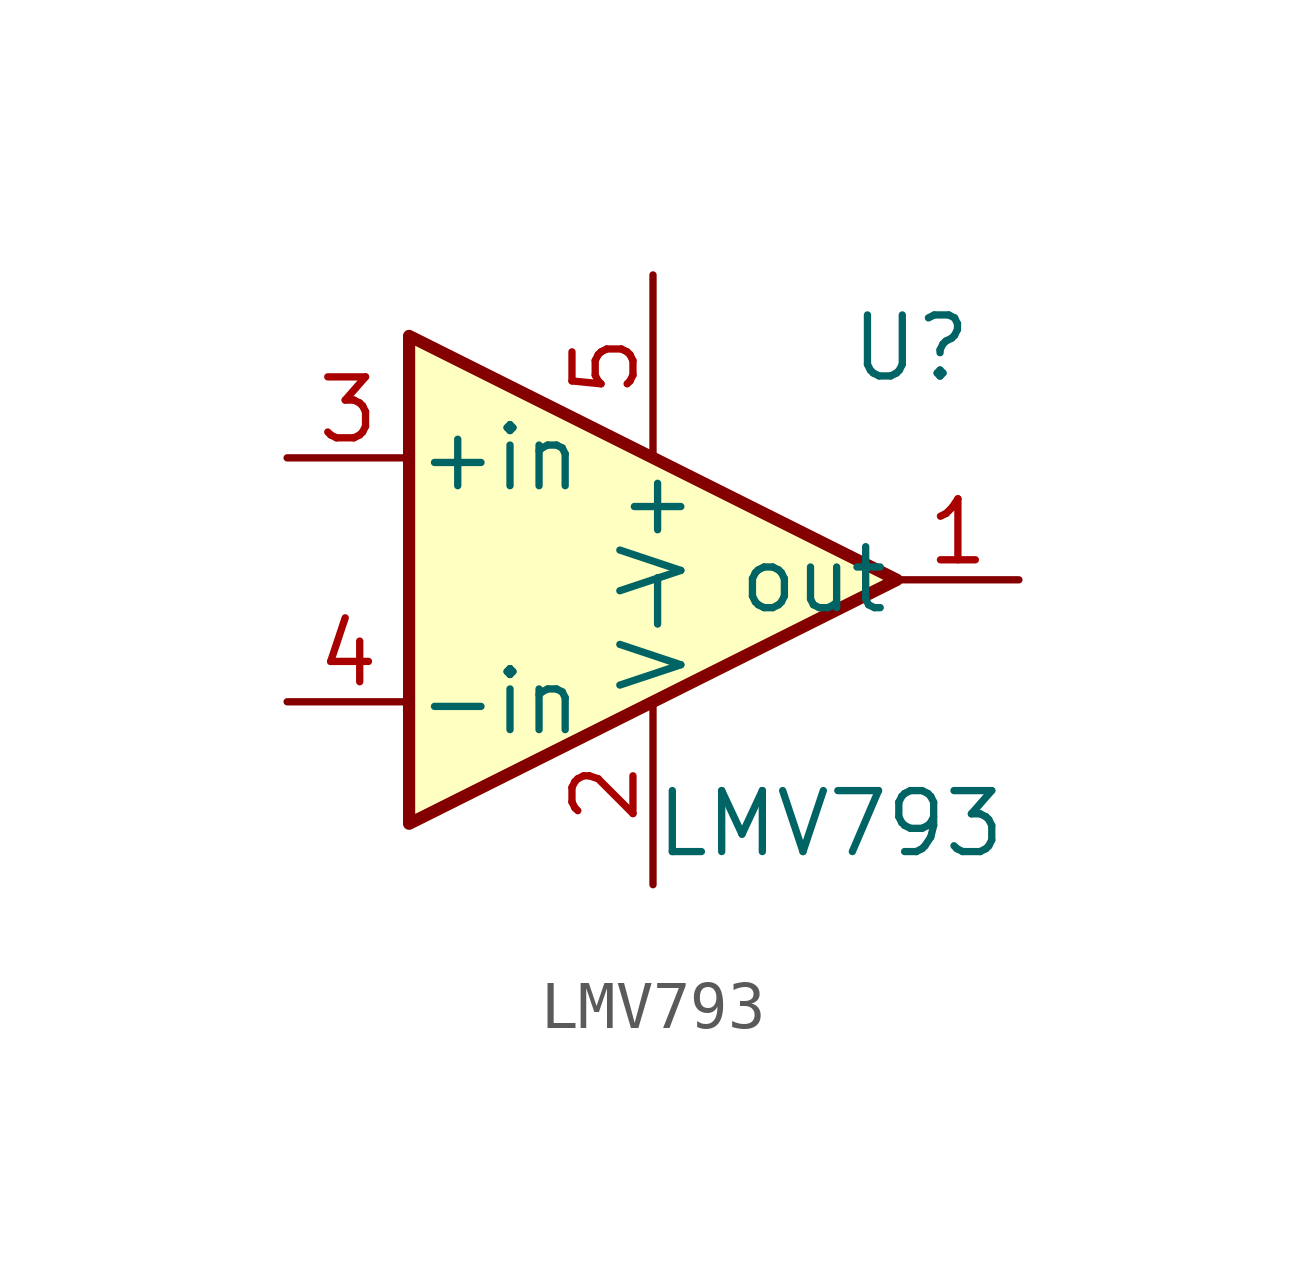
<source format=kicad_sym>
(kicad_symbol_lib
  (version 20231120)
  (generator "kicad_symbol_editor")
  (generator_version "8.0")
  (symbol "LMV793"
    (pin_names
      (offset 0.127))
    (property "Reference" "U"
      (at 4.064 4.826 0)
      (effects (font (size 1.27 1.27)) (justify left)))
    (property "Value" "LMV793"
      (at 0 -5.08 0)
      (effects (font (size 1.27 1.27)) (justify left)))
    (symbol "LMV793_0_1"
      (polyline (pts (xy -5.08 5.08) (xy 5.08 0) (xy -5.08 -5.08) (xy -5.08 5.08)) (stroke (width 0.254) (type default)) (fill (type background)))
      (pin power_in line (at 0 -6.35 90) (length 3.81) (name "V-" (effects (font (size 1.27 1.27)))) (number "2" (effects (font (size 1.27 1.27)))))
      (pin power_in line (at 0 6.35 270) (length 3.81) (name "V+" (effects (font (size 1.27 1.27)))) (number "5" (effects (font (size 1.27 1.27))))))
    (symbol "LMV793_1_1"
      (pin output line (at 7.62 0 180) (length 2.54) (name "out" (effects (font (size 1.27 1.27)))) (number "1" (effects (font (size 1.27 1.27)))))
      (pin input line (at -7.62 2.54 0) (length 2.54) (name "+in" (effects (font (size 1.27 1.27)))) (number "3" (effects (font (size 1.27 1.27)))))
      (pin input line (at -7.62 -2.54 0) (length 2.54) (name "-in" (effects (font (size 1.27 1.27)))) (number "4" (effects (font (size 1.27 1.27))))))))
</source>
